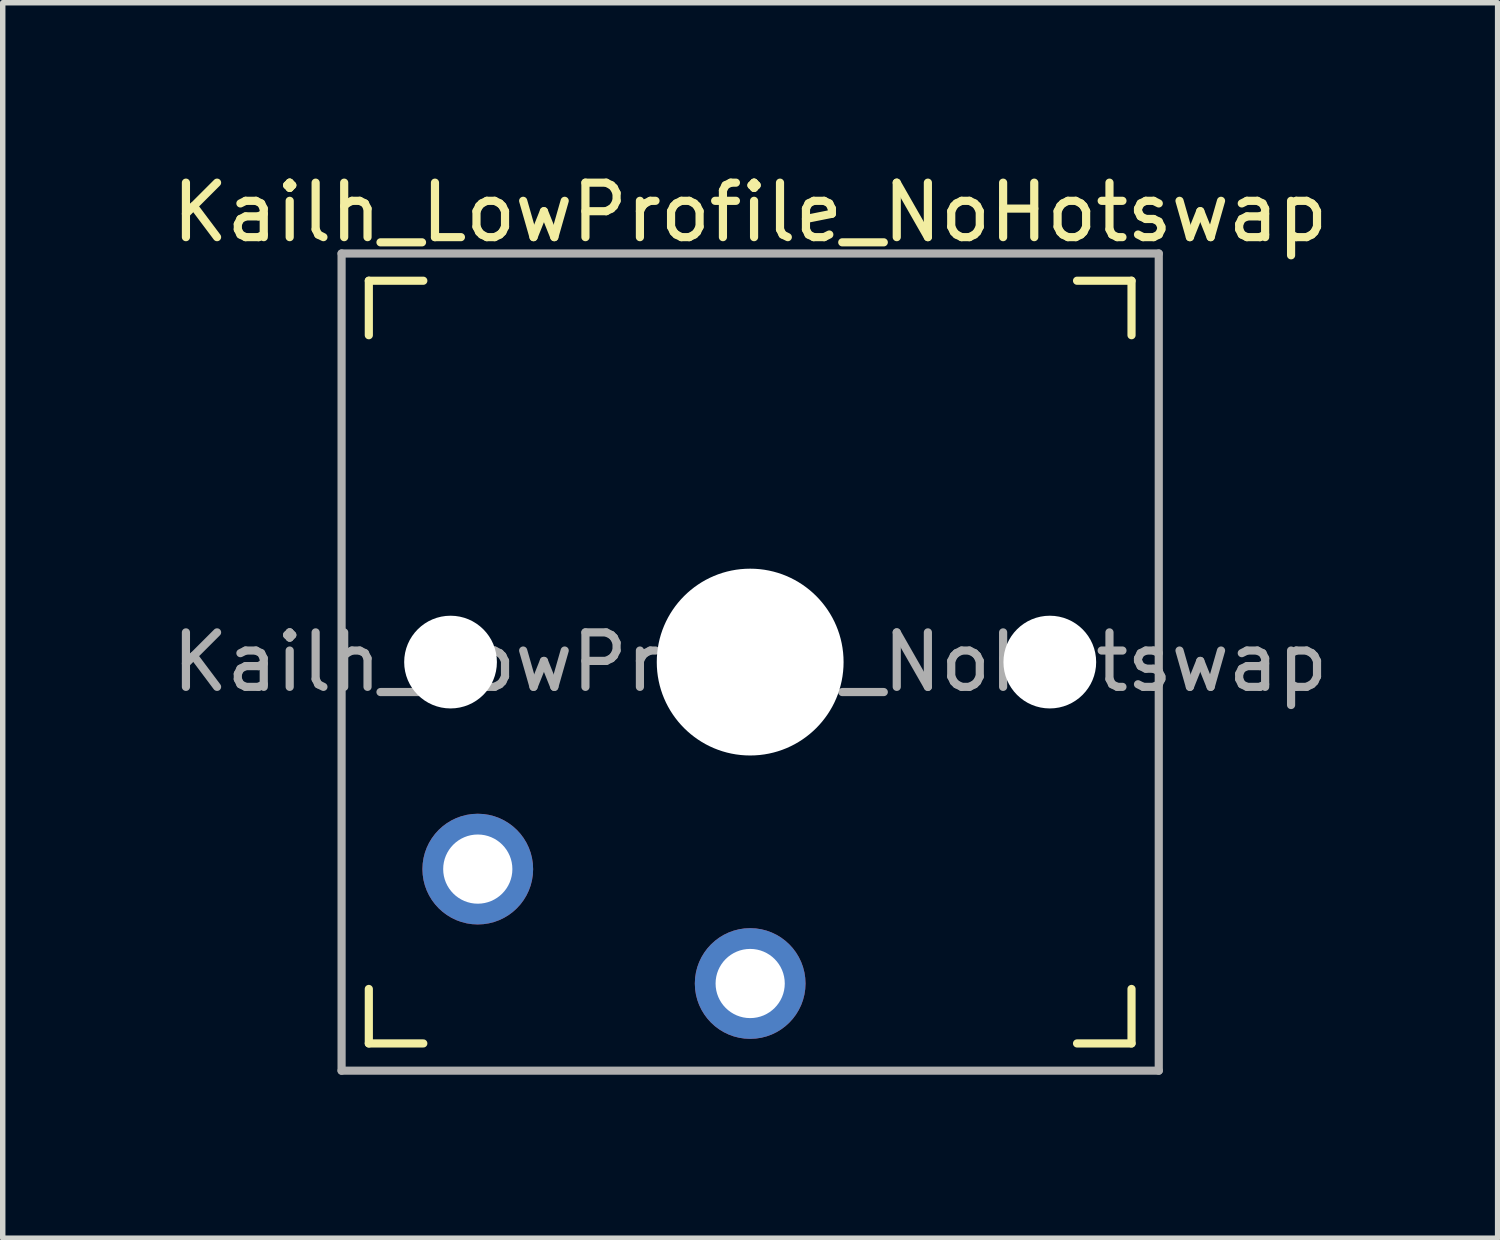
<source format=kicad_pcb>
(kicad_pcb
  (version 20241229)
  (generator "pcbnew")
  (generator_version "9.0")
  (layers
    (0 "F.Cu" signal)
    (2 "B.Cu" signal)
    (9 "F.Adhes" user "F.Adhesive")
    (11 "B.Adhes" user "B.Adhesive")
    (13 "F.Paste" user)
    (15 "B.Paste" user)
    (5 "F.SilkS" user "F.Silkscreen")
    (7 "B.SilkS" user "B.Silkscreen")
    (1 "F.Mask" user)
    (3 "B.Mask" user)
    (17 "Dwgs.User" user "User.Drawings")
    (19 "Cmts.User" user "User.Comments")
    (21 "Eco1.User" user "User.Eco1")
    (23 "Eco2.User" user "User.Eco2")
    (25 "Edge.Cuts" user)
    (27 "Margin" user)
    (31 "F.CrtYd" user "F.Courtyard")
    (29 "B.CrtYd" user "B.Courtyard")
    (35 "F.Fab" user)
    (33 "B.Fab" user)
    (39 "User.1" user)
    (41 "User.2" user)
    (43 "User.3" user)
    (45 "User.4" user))
  (footprint "Kailh_LowProfile_NoHotswap"
    (layer "F.Cu")
    (at 10.72 9.103)
    (property "Reference" "Kailh_LowProfile_NoHotswap" (at 0 -8.255 0) (layer "F.SilkS") (effects (font (size 1 1) (thickness 0.15))))
    (attr through_hole)
    (fp_line (start -7 -6) (end -7 -7) (stroke (width 0.15) (type solid)) (layer "F.SilkS"))
    (fp_line (start -7 7) (end -7 6) (stroke (width 0.15) (type solid)) (layer "F.SilkS"))
    (fp_line (start -7 7) (end -6 7) (stroke (width 0.15) (type solid)) (layer "F.SilkS"))
    (fp_line (start -6 -7) (end -7 -7) (stroke (width 0.15) (type solid)) (layer "F.SilkS"))
    (fp_line (start 6 7) (end 7 7) (stroke (width 0.15) (type solid)) (layer "F.SilkS"))
    (fp_line (start 7 -7) (end 6 -7) (stroke (width 0.15) (type solid)) (layer "F.SilkS"))
    (fp_line (start 7 -7) (end 7 -6) (stroke (width 0.15) (type solid)) (layer "F.SilkS"))
    (fp_line (start 7 6) (end 7 7) (stroke (width 0.15) (type solid)) (layer "F.SilkS"))
    (fp_line (start -6.9 6.9) (end -6.9 -6.9) (stroke (width 0.15) (type solid)) (layer "Eco2.User"))
    (fp_line (start -6.9 6.9) (end 6.9 6.9) (stroke (width 0.15) (type solid)) (layer "Eco2.User"))
    (fp_line (start -2.6 -3.1) (end -2.6 -6.3) (stroke (width 0.15) (type solid)) (layer "Eco2.User"))
    (fp_line (start -2.6 -3.1) (end 2.6 -3.1) (stroke (width 0.15) (type solid)) (layer "Eco2.User"))
    (fp_line (start 2.6 -6.3) (end -2.6 -6.3) (stroke (width 0.15) (type solid)) (layer "Eco2.User"))
    (fp_line (start 2.6 -3.1) (end 2.6 -6.3) (stroke (width 0.15) (type solid)) (layer "Eco2.User"))
    (fp_line (start 6.9 -6.9) (end -6.9 -6.9) (stroke (width 0.15) (type solid)) (layer "Eco2.User"))
    (fp_line (start 6.9 -6.9) (end 6.9 6.9) (stroke (width 0.15) (type solid)) (layer "Eco2.User"))
    (fp_line (start -7.5 -7.5) (end 7.5 -7.5) (stroke (width 0.15) (type solid)) (layer "F.Fab"))
    (fp_line (start -7.5 7.5) (end -7.5 -7.5) (stroke (width 0.15) (type solid)) (layer "F.Fab"))
    (fp_line (start 7.5 -7.5) (end 7.5 7.5) (stroke (width 0.15) (type solid)) (layer "F.Fab"))
    (fp_line (start 7.5 7.5) (end -7.5 7.5) (stroke (width 0.15) (type solid)) (layer "F.Fab"))
    (fp_text user "${REFERENCE}" (at 0 0 0) (layer "F.Fab") (effects (font (size 1 1) (thickness 0.15))))
    (pad "" np_thru_hole circle (at -5.5 0) (size 1.702 1.702) (drill 1.702) (layers "*.Cu" "*.Mask"))
    (pad "" np_thru_hole circle (at 0 0) (size 3.429 3.429) (drill 3.429) (layers "*.Cu" "*.Mask"))
    (pad "" np_thru_hole circle (at 5.5 0) (size 1.702 1.702) (drill 1.702) (layers "*.Cu" "*.Mask"))
    (pad "1" thru_hole circle (at 0 5.9) (size 2.032 2.032) (drill 1.27) (layers "*.Cu" "*.Mask"))
    (pad "2" thru_hole circle (at -5 3.8) (size 2.032 2.032) (drill 1.27) (layers "*.Cu" "*.Mask")))
  (gr_rect
    (start -3 -3)
    (end 24.44 19.678)
    (stroke (width 0.1) (type default))
    (fill no)
    (layer "Edge.Cuts")))
</source>
